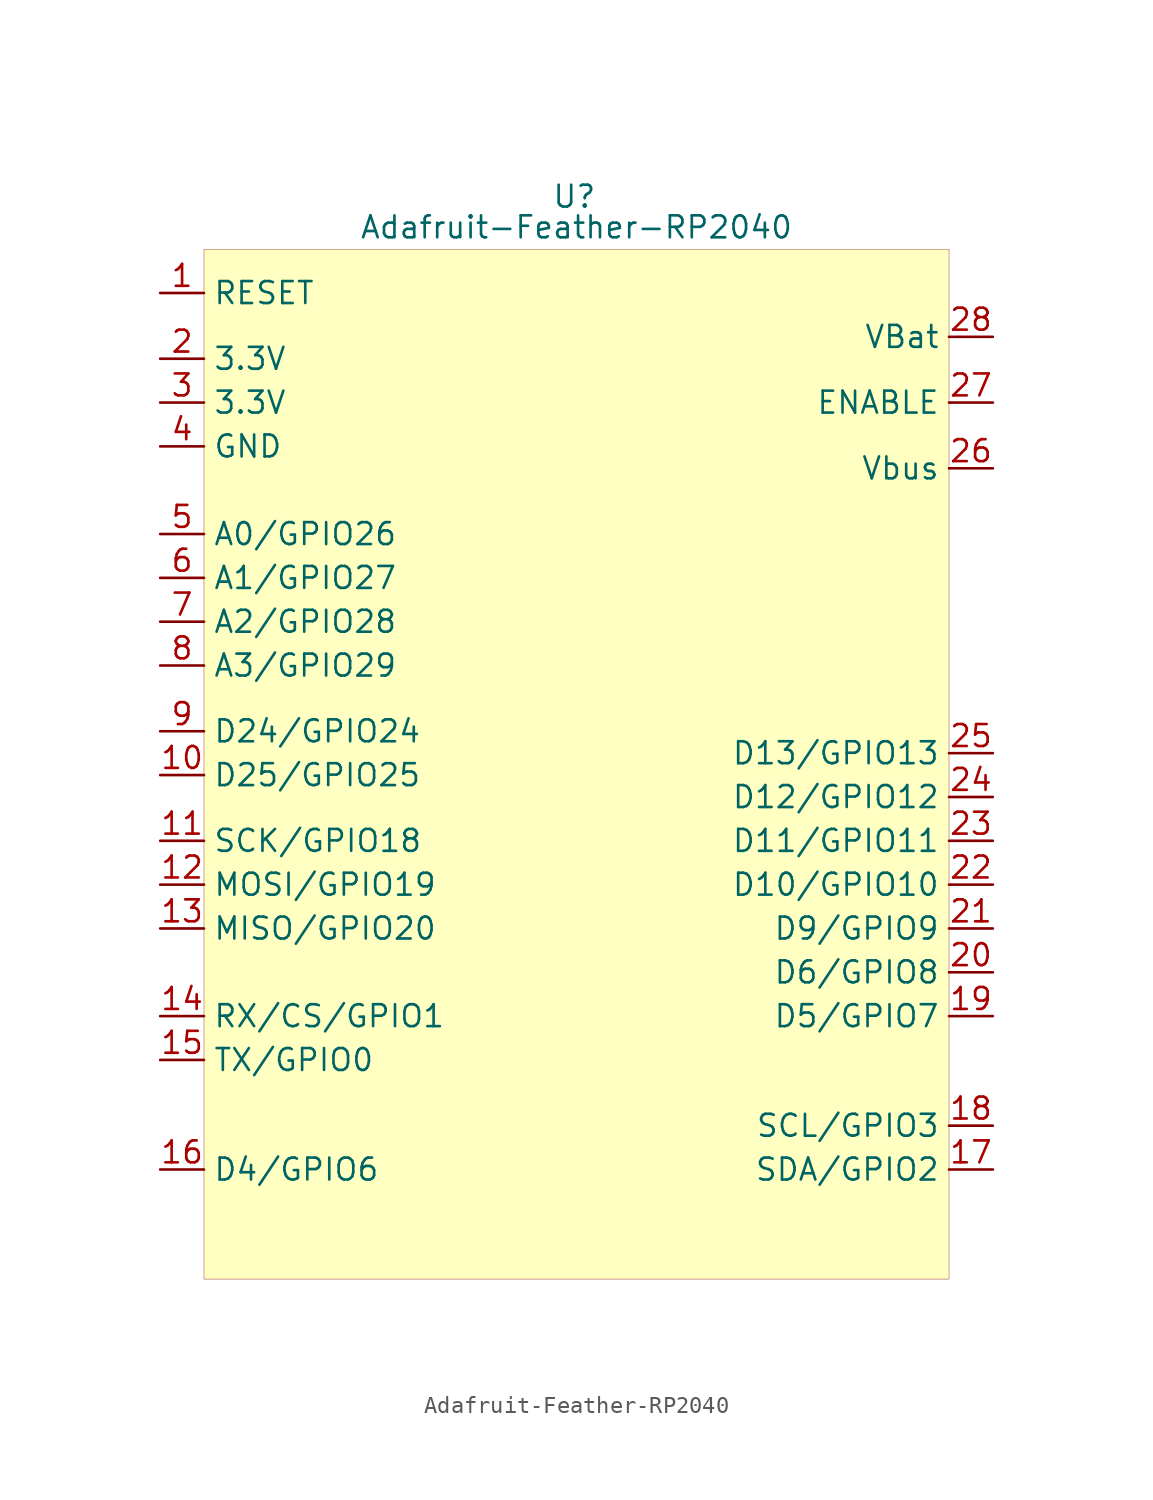
<source format=kicad_sym>
(kicad_symbol_lib
  (version 20231120)
  (generator "kicad_symbol_editor")
  (generator_version "8.0")
  (symbol "Adafruit-Feather-RP2040"
    (property "Reference" "U"
      (at -0.127 33.528 0)
      (effects (font (size 1.27 1.27))))
    (property "Value" "Adafruit-Feather-RP2040"
      (at 0 31.75 0)
      (effects (font (size 1.27 1.27))))
    (symbol "Adafruit-Feather-RP2040_0_1"
      (rectangle (start -21.59 30.48) (end 21.59 -29.21) (stroke (width 0.001) (type default)) (fill (type background))))
    (symbol "Adafruit-Feather-RP2040_1_1"
      (pin input line (at -24.13 27.94 0) (length 2.54) (name "RESET" (effects (font (size 1.27 1.27)))) (number "1" (effects (font (size 1.27 1.27)))))
      (pin bidirectional line (at -24.13 0 0) (length 2.54) (name "D25/GPIO25" (effects (font (size 1.27 1.27)))) (number "10" (effects (font (size 1.27 1.27)))))
      (pin bidirectional line (at -24.13 -3.81 0) (length 2.54) (name "SCK/GPIO18" (effects (font (size 1.27 1.27)))) (number "11" (effects (font (size 1.27 1.27)))))
      (pin bidirectional line (at -24.13 -6.35 0) (length 2.54) (name "MOSI/GPIO19" (effects (font (size 1.27 1.27)))) (number "12" (effects (font (size 1.27 1.27)))))
      (pin bidirectional line (at -24.13 -8.89 0) (length 2.54) (name "MISO/GPIO20" (effects (font (size 1.27 1.27)))) (number "13" (effects (font (size 1.27 1.27)))))
      (pin bidirectional line (at -24.13 -13.97 0) (length 2.54) (name "RX/CS/GPIO1" (effects (font (size 1.27 1.27)))) (number "14" (effects (font (size 1.27 1.27)))))
      (pin bidirectional line (at -24.13 -16.51 0) (length 2.54) (name "TX/GPIO0" (effects (font (size 1.27 1.27)))) (number "15" (effects (font (size 1.27 1.27)))))
      (pin bidirectional line (at -24.13 -22.86 0) (length 2.54) (name "D4/GPIO6" (effects (font (size 1.27 1.27)))) (number "16" (effects (font (size 1.27 1.27)))))
      (pin bidirectional line (at 24.13 -22.86 180) (length 2.54) (name "SDA/GPIO2" (effects (font (size 1.27 1.27)))) (number "17" (effects (font (size 1.27 1.27)))))
      (pin bidirectional line (at 24.13 -20.32 180) (length 2.54) (name "SCL/GPIO3" (effects (font (size 1.27 1.27)))) (number "18" (effects (font (size 1.27 1.27)))))
      (pin bidirectional line (at 24.13 -13.97 180) (length 2.54) (name "D5/GPIO7" (effects (font (size 1.27 1.27)))) (number "19" (effects (font (size 1.27 1.27)))))
      (pin power_out line (at -24.13 24.13 0) (length 2.54) (name "3.3V" (effects (font (size 1.27 1.27)))) (number "2" (effects (font (size 1.27 1.27)))))
      (pin bidirectional line (at 24.13 -11.43 180) (length 2.54) (name "D6/GPIO8" (effects (font (size 1.27 1.27)))) (number "20" (effects (font (size 1.27 1.27)))))
      (pin bidirectional line (at 24.13 -8.89 180) (length 2.54) (name "D9/GPIO9" (effects (font (size 1.27 1.27)))) (number "21" (effects (font (size 1.27 1.27)))))
      (pin bidirectional line (at 24.13 -6.35 180) (length 2.54) (name "D10/GPIO10" (effects (font (size 1.27 1.27)))) (number "22" (effects (font (size 1.27 1.27)))))
      (pin bidirectional line (at 24.13 -3.81 180) (length 2.54) (name "D11/GPIO11" (effects (font (size 1.27 1.27)))) (number "23" (effects (font (size 1.27 1.27)))))
      (pin bidirectional line (at 24.13 -1.27 180) (length 2.54) (name "D12/GPIO12" (effects (font (size 1.27 1.27)))) (number "24" (effects (font (size 1.27 1.27)))))
      (pin bidirectional line (at 24.13 1.27 180) (length 2.54) (name "D13/GPIO13" (effects (font (size 1.27 1.27)))) (number "25" (effects (font (size 1.27 1.27)))))
      (pin power_out line (at 24.13 17.78 180) (length 2.54) (name "Vbus" (effects (font (size 1.27 1.27)))) (number "26" (effects (font (size 1.27 1.27)))))
      (pin input line (at 24.13 21.59 180) (length 2.54) (name "ENABLE" (effects (font (size 1.27 1.27)))) (number "27" (effects (font (size 1.27 1.27)))))
      (pin input line (at 24.13 25.4 180) (length 2.54) (name "VBat" (effects (font (size 1.27 1.27)))) (number "28" (effects (font (size 1.27 1.27)))))
      (pin power_out line (at -24.13 21.59 0) (length 2.54) (name "3.3V" (effects (font (size 1.27 1.27)))) (number "3" (effects (font (size 1.27 1.27)))))
      (pin power_out line (at -24.13 19.05 0) (length 2.54) (name "GND" (effects (font (size 1.27 1.27)))) (number "4" (effects (font (size 1.27 1.27)))))
      (pin bidirectional line (at -24.13 13.97 0) (length 2.54) (name "A0/GPIO26" (effects (font (size 1.27 1.27)))) (number "5" (effects (font (size 1.27 1.27)))))
      (pin bidirectional line (at -24.13 11.43 0) (length 2.54) (name "A1/GPIO27" (effects (font (size 1.27 1.27)))) (number "6" (effects (font (size 1.27 1.27)))))
      (pin bidirectional line (at -24.13 8.89 0) (length 2.54) (name "A2/GPIO28" (effects (font (size 1.27 1.27)))) (number "7" (effects (font (size 1.27 1.27)))))
      (pin bidirectional line (at -24.13 6.35 0) (length 2.54) (name "A3/GPIO29" (effects (font (size 1.27 1.27)))) (number "8" (effects (font (size 1.27 1.27)))))
      (pin bidirectional line (at -24.13 2.54 0) (length 2.54) (name "D24/GPIO24" (effects (font (size 1.27 1.27)))) (number "9" (effects (font (size 1.27 1.27))))))))
</source>
